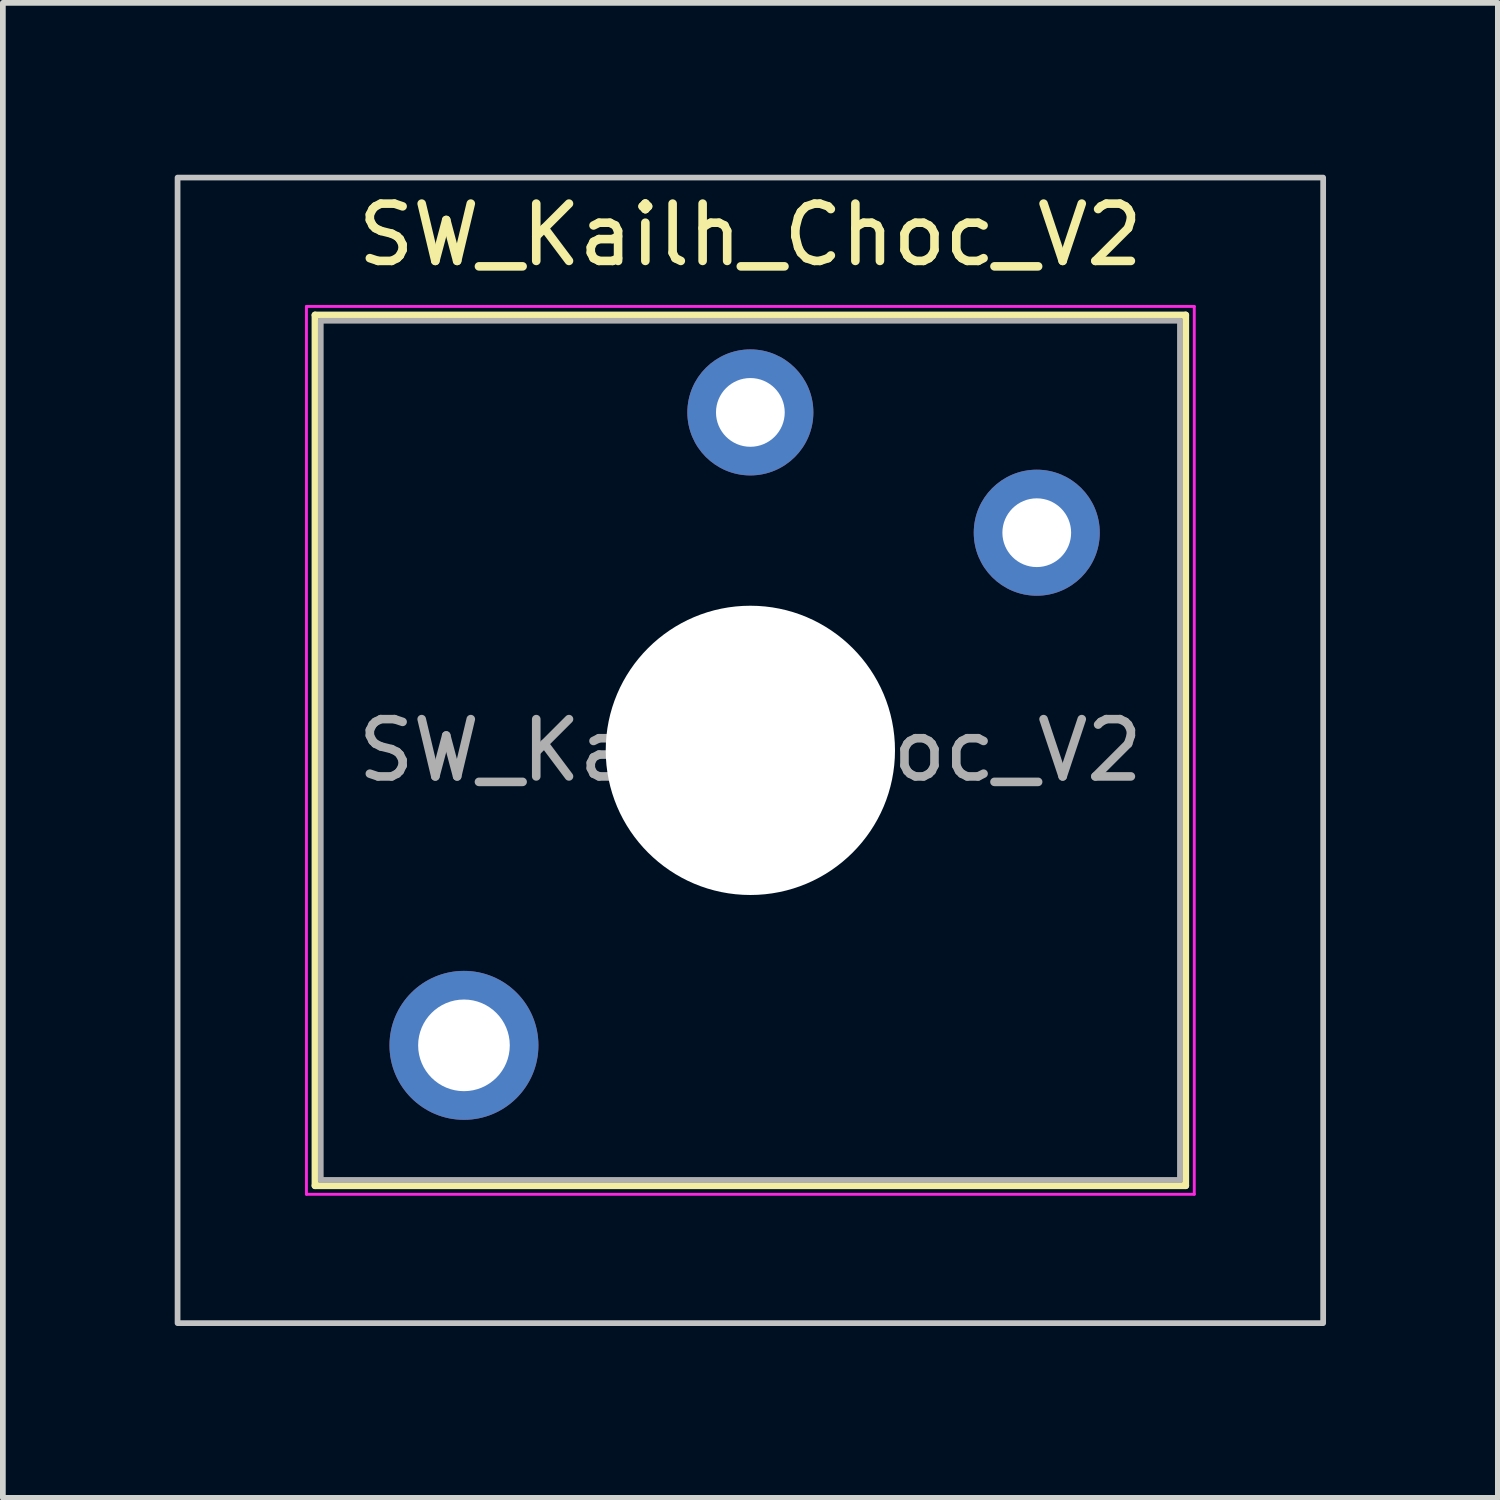
<source format=kicad_pcb>
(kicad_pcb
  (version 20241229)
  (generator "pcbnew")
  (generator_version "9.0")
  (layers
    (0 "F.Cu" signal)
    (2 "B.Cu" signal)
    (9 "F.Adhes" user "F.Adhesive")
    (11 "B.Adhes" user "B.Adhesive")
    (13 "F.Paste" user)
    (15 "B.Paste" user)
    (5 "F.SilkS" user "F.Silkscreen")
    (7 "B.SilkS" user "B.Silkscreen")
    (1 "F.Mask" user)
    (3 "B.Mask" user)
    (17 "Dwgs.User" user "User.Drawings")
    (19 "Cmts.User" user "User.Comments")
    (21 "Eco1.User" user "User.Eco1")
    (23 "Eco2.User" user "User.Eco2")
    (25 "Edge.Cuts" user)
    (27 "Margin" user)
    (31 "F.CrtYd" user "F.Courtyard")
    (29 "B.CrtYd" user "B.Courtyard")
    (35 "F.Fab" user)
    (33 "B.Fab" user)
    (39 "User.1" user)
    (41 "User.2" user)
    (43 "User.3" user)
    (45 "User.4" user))
  (footprint "SW_Kailh_Choc_V2"
    (layer "F.Cu")
    (at 10.05 10.05)
    (property "Reference" "SW_Kailh_Choc_V2" (at 0 -9 0) (layer "F.SilkS") (effects (font (size 1 1) (thickness 0.15))))
    (attr through_hole)
    (fp_line (start -7.6 -7.6) (end -7.6 7.6) (stroke (width 0.12) (type solid)) (layer "F.SilkS"))
    (fp_line (start -7.6 7.6) (end 7.6 7.6) (stroke (width 0.12) (type solid)) (layer "F.SilkS"))
    (fp_line (start 7.6 -7.6) (end -7.6 -7.6) (stroke (width 0.12) (type solid)) (layer "F.SilkS"))
    (fp_line (start 7.6 7.6) (end 7.6 -7.6) (stroke (width 0.12) (type solid)) (layer "F.SilkS"))
    (fp_rect (start -10 -10) (end 10 10) (stroke (width 0.1) (type default)) (fill no) (layer "Dwgs.User"))
    (fp_line (start -7.25 -7.25) (end -7.25 7.25) (stroke (width 0.1) (type solid)) (layer "Eco1.User"))
    (fp_line (start -7.25 7.25) (end 7.25 7.25) (stroke (width 0.1) (type solid)) (layer "Eco1.User"))
    (fp_line (start 7.25 -7.25) (end -7.25 -7.25) (stroke (width 0.1) (type solid)) (layer "Eco1.User"))
    (fp_line (start 7.25 7.25) (end 7.25 -7.25) (stroke (width 0.1) (type solid)) (layer "Eco1.User"))
    (fp_line (start -7.75 -7.75) (end -7.75 7.75) (stroke (width 0.05) (type solid)) (layer "F.CrtYd"))
    (fp_line (start -7.75 7.75) (end 7.75 7.75) (stroke (width 0.05) (type solid)) (layer "F.CrtYd"))
    (fp_line (start 7.75 -7.75) (end -7.75 -7.75) (stroke (width 0.05) (type solid)) (layer "F.CrtYd"))
    (fp_line (start 7.75 7.75) (end 7.75 -7.75) (stroke (width 0.05) (type solid)) (layer "F.CrtYd"))
    (fp_line (start -7.5 -7.5) (end -7.5 7.5) (stroke (width 0.1) (type solid)) (layer "F.Fab"))
    (fp_line (start -7.5 7.5) (end 7.5 7.5) (stroke (width 0.1) (type solid)) (layer "F.Fab"))
    (fp_line (start 7.5 -7.5) (end -7.5 -7.5) (stroke (width 0.1) (type solid)) (layer "F.Fab"))
    (fp_line (start 7.5 7.5) (end 7.5 -7.5) (stroke (width 0.1) (type solid)) (layer "F.Fab"))
    (fp_text user "${REFERENCE}" (at 0 0 0) (layer "F.Fab") (effects (font (size 1 1) (thickness 0.15))))
    (pad "" thru_hole circle (at -5 5.15) (size 2.6 2.6) (drill 1.6) (layers "*.Cu" "*.Mask"))
    (pad "" np_thru_hole circle (at 0 0) (size 5.05 5.05) (drill 5.05) (layers "*.Cu" "*.Mask"))
    (pad "1" thru_hole circle (at 0 -5.9) (size 2.2 2.2) (drill 1.2) (layers "*.Cu" "*.Mask"))
    (pad "2" thru_hole circle (at 5 -3.8) (size 2.2 2.2) (drill 1.2) (layers "*.Cu" "*.Mask")))
  (gr_rect
    (start -3 -3)
    (end 23.1 23.1)
    (stroke (width 0.1) (type default))
    (fill no)
    (layer "Edge.Cuts")))
</source>
